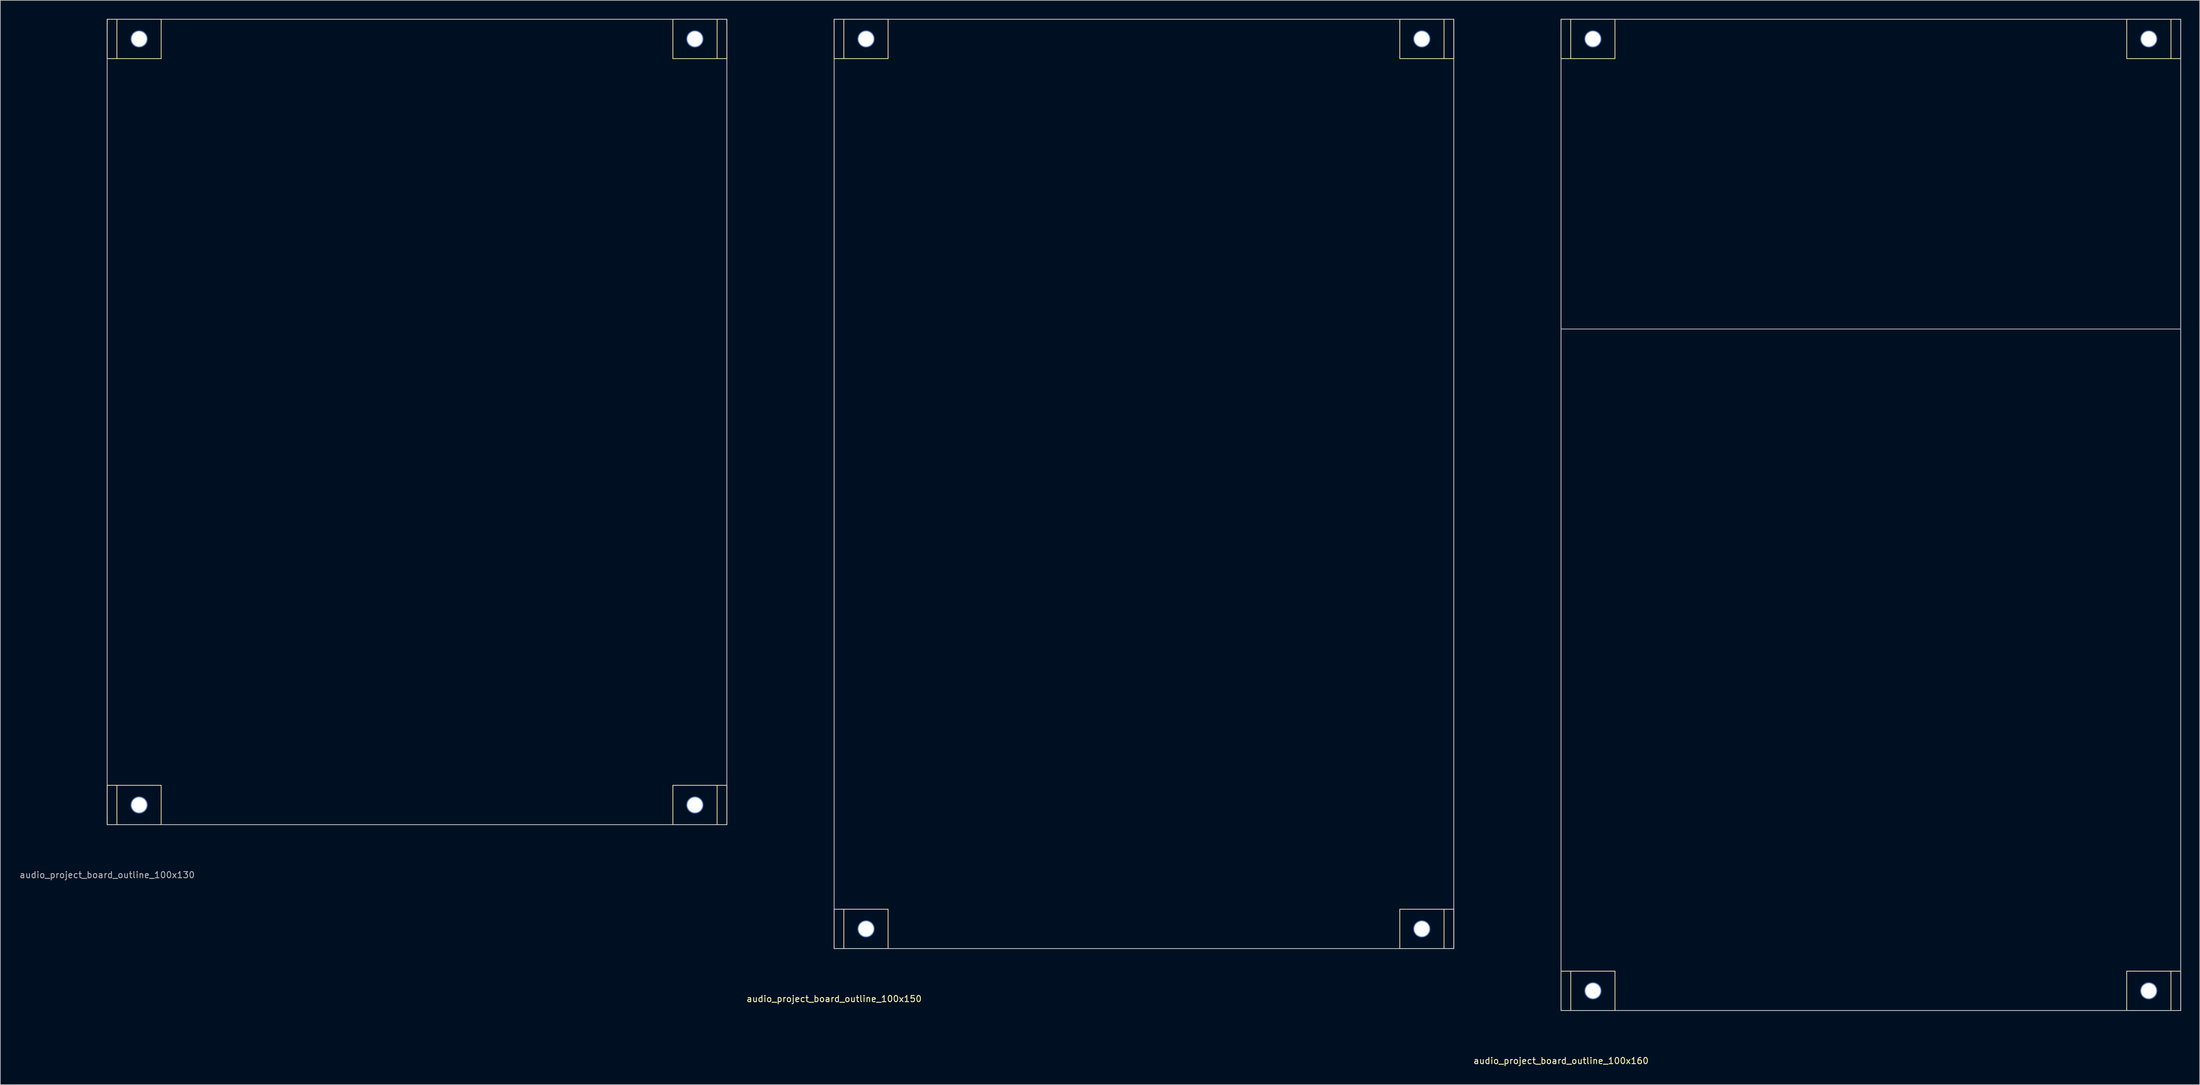
<source format=kicad_pcb>
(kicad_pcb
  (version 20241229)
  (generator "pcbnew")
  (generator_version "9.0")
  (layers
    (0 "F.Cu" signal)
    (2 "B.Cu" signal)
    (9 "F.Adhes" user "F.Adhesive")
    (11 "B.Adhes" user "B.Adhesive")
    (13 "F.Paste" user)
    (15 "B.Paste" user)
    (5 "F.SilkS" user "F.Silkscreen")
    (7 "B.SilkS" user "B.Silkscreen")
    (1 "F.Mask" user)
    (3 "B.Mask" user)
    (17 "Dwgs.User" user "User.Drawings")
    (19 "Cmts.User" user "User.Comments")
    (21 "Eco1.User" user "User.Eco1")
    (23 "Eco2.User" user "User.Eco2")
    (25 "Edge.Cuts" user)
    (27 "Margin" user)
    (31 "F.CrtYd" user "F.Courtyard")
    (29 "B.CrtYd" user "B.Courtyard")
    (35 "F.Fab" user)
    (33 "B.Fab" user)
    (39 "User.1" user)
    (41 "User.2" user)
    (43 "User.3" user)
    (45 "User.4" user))
  (footprint "audio_project_board_outline_100x130"
    (layer "F.Cu")
    (at 14.244 130.06)
    (property "Reference" "audio_project_board_outline_100x130" (at 0 8.12 180) (layer "F.Fab") (effects (font (size 1 1) (thickness 0.15))))
    (attr through_hole exclude_from_bom)
    (fp_line (start 0 -6.35) (end 8.712 -6.35) (stroke (width 0.12) (type solid)) (layer "F.SilkS"))
    (fp_line (start 0 0) (end 0 -6.35) (stroke (width 0.12) (type solid)) (layer "F.SilkS"))
    (fp_line (start 0 0) (end 8.712 0) (stroke (width 0.12) (type solid)) (layer "F.SilkS"))
    (fp_line (start 0.0002 -130) (end 8.712 -130) (stroke (width 0.12) (type solid)) (layer "F.SilkS"))
    (fp_line (start 0.0002 -123.65) (end 0.0002 -130) (stroke (width 0.12) (type solid)) (layer "F.SilkS"))
    (fp_line (start 0.0002 -123.65) (end 8.712 -123.65) (stroke (width 0.12) (type solid)) (layer "F.SilkS"))
    (fp_line (start 1.575 0) (end 1.575 -6.35) (stroke (width 0.12) (type solid)) (layer "F.SilkS"))
    (fp_line (start 1.575 -123.65) (end 1.575 -130) (stroke (width 0.12) (type solid)) (layer "F.SilkS"))
    (fp_line (start 8.712 0) (end 8.712 -6.35) (stroke (width 0.12) (type solid)) (layer "F.SilkS"))
    (fp_line (start 8.712 -123.65) (end 8.712 -130) (stroke (width 0.12) (type solid)) (layer "F.SilkS"))
    (fp_line (start 91.288 -130) (end 91.288 -123.65) (stroke (width 0.12) (type solid)) (layer "F.SilkS"))
    (fp_line (start 91.288 -6.35) (end 91.288 0) (stroke (width 0.12) (type solid)) (layer "F.SilkS"))
    (fp_line (start 98.425 -130) (end 98.425 -123.65) (stroke (width 0.12) (type solid)) (layer "F.SilkS"))
    (fp_line (start 98.425 -6.35) (end 98.425 0) (stroke (width 0.12) (type solid)) (layer "F.SilkS"))
    (fp_line (start 100 -130) (end 91.288 -130) (stroke (width 0.12) (type solid)) (layer "F.SilkS"))
    (fp_line (start 100 -130) (end 100 -123.65) (stroke (width 0.12) (type solid)) (layer "F.SilkS"))
    (fp_line (start 100 -123.65) (end 91.288 -123.65) (stroke (width 0.12) (type solid)) (layer "F.SilkS"))
    (fp_line (start 100 -6.35) (end 91.288 -6.35) (stroke (width 0.12) (type solid)) (layer "F.SilkS"))
    (fp_line (start 100 -6.35) (end 100 0) (stroke (width 0.12) (type solid)) (layer "F.SilkS"))
    (fp_line (start 100 0) (end 91.288 0) (stroke (width 0.12) (type solid)) (layer "F.SilkS"))
    (fp_line (start 0 -130) (end 100 -130) (stroke (width 0.12) (type solid)) (layer "Edge.Cuts"))
    (fp_line (start 0 0) (end 0 -130) (stroke (width 0.12) (type solid)) (layer "Edge.Cuts"))
    (fp_line (start 0 0) (end 100 0) (stroke (width 0.12) (type solid)) (layer "Edge.Cuts"))
    (fp_line (start 100 0) (end 100 -130) (stroke (width 0.12) (type solid)) (layer "Edge.Cuts"))
    (pad "1" thru_hole circle (at 94.844 -126.825) (size 2.75 2.75) (drill 2.45) (layers "*.Cu" "*.Mask"))
    (pad "2" thru_hole circle (at 5.156 -3.175 180) (size 2.75 2.75) (drill 2.45) (layers "*.Cu" "*.Mask"))
    (pad "2" thru_hole circle (at 5.156 -126.825 180) (size 2.75 2.75) (drill 2.45) (layers "*.Cu" "*.Mask"))
    (pad "2" thru_hole circle (at 94.844 -3.175) (size 2.75 2.75) (drill 2.45) (layers "*.Cu" "*.Mask")))
  (footprint "audio_project_board_outline_100x160"
    (layer "F.Cu")
    (at 248.852 160.06)
    (property "Reference" "audio_project_board_outline_100x160" (at 0 8.12 180) (layer "F.SilkS") (effects (font (size 1 1) (thickness 0.15))))
    (attr through_hole)
    (fp_line (start -0.006 -160) (end 8.706 -160) (stroke (width 0.12) (type solid)) (layer "F.SilkS"))
    (fp_line (start -0.006 -153.65) (end -0.006 -160) (stroke (width 0.12) (type solid)) (layer "F.SilkS"))
    (fp_line (start -0.006 -153.65) (end 8.706 -153.65) (stroke (width 0.12) (type solid)) (layer "F.SilkS"))
    (fp_line (start 0 -6.35) (end 8.712 -6.35) (stroke (width 0.12) (type solid)) (layer "F.SilkS"))
    (fp_line (start 0 0) (end 0 -6.35) (stroke (width 0.12) (type solid)) (layer "F.SilkS"))
    (fp_line (start 0 0) (end 8.712 0) (stroke (width 0.12) (type solid)) (layer "F.SilkS"))
    (fp_line (start 1.569 -153.65) (end 1.569 -160) (stroke (width 0.12) (type solid)) (layer "F.SilkS"))
    (fp_line (start 1.575 0) (end 1.575 -6.35) (stroke (width 0.12) (type solid)) (layer "F.SilkS"))
    (fp_line (start 8.706 -153.65) (end 8.706 -160) (stroke (width 0.12) (type solid)) (layer "F.SilkS"))
    (fp_line (start 8.712 0) (end 8.712 -6.35) (stroke (width 0.12) (type solid)) (layer "F.SilkS"))
    (fp_line (start 91.288 -6.35) (end 91.288 0) (stroke (width 0.12) (type solid)) (layer "F.SilkS"))
    (fp_line (start 91.294 -160) (end 91.294 -153.65) (stroke (width 0.12) (type solid)) (layer "F.SilkS"))
    (fp_line (start 98.425 -6.35) (end 98.425 0) (stroke (width 0.12) (type solid)) (layer "F.SilkS"))
    (fp_line (start 98.431 -160) (end 98.431 -153.65) (stroke (width 0.12) (type solid)) (layer "F.SilkS"))
    (fp_line (start 100 -6.35) (end 91.288 -6.35) (stroke (width 0.12) (type solid)) (layer "F.SilkS"))
    (fp_line (start 100 -6.35) (end 100 0) (stroke (width 0.12) (type solid)) (layer "F.SilkS"))
    (fp_line (start 100 0) (end 91.288 0) (stroke (width 0.12) (type solid)) (layer "F.SilkS"))
    (fp_line (start 100.006 -160) (end 91.294 -160) (stroke (width 0.12) (type solid)) (layer "F.SilkS"))
    (fp_line (start 100.006 -160) (end 100.006 -153.65) (stroke (width 0.12) (type solid)) (layer "F.SilkS"))
    (fp_line (start 100.006 -153.65) (end 91.294 -153.65) (stroke (width 0.12) (type solid)) (layer "F.SilkS"))
    (fp_line (start 0 -110) (end 100 -110) (stroke (width 0.12) (type solid)) (layer "Dwgs.User"))
    (fp_line (start 0 -160) (end 100 -160) (stroke (width 0.12) (type solid)) (layer "Edge.Cuts"))
    (fp_line (start 0 0) (end 0 -160) (stroke (width 0.12) (type solid)) (layer "Edge.Cuts"))
    (fp_line (start 0 0) (end 100 0) (stroke (width 0.12) (type solid)) (layer "Edge.Cuts"))
    (fp_line (start 100 0) (end 100 -160) (stroke (width 0.12) (type solid)) (layer "Edge.Cuts"))
    (pad "1" thru_hole circle (at 5.15 -156.825 180) (size 2.75 2.75) (drill 2.45) (layers "*.Cu" "*.Mask"))
    (pad "1" thru_hole circle (at 5.156 -3.175 180) (size 2.75 2.75) (drill 2.45) (layers "*.Cu" "*.Mask"))
    (pad "1" thru_hole circle (at 94.844 -3.175) (size 2.75 2.75) (drill 2.45) (layers "*.Cu" "*.Mask"))
    (pad "1" thru_hole circle (at 94.85 -156.825) (size 2.75 2.75) (drill 2.45) (layers "*.Cu" "*.Mask")))
  (footprint "audio_project_board_outline_100x150"
    (layer "F.Cu")
    (at 131.548 150.06)
    (property "Reference" "audio_project_board_outline_100x150" (at 0 8.12 180) (layer "F.SilkS") (effects (font (size 1 1) (thickness 0.15))))
    (attr through_hole)
    (fp_line (start 0 -6.35) (end 8.712 -6.35) (stroke (width 0.12) (type solid)) (layer "F.SilkS"))
    (fp_line (start 0 0) (end 0 -6.35) (stroke (width 0.12) (type solid)) (layer "F.SilkS"))
    (fp_line (start 0 0) (end 8.712 0) (stroke (width 0.12) (type solid)) (layer "F.SilkS"))
    (fp_line (start 0.0002 -150) (end 8.712 -150) (stroke (width 0.12) (type solid)) (layer "F.SilkS"))
    (fp_line (start 0.0002 -143.65) (end 0.0002 -150) (stroke (width 0.12) (type solid)) (layer "F.SilkS"))
    (fp_line (start 0.0002 -143.65) (end 8.712 -143.65) (stroke (width 0.12) (type solid)) (layer "F.SilkS"))
    (fp_line (start 1.575 0) (end 1.575 -6.35) (stroke (width 0.12) (type solid)) (layer "F.SilkS"))
    (fp_line (start 1.575 -143.65) (end 1.575 -150) (stroke (width 0.12) (type solid)) (layer "F.SilkS"))
    (fp_line (start 8.712 0) (end 8.712 -6.35) (stroke (width 0.12) (type solid)) (layer "F.SilkS"))
    (fp_line (start 8.712 -143.65) (end 8.712 -150) (stroke (width 0.12) (type solid)) (layer "F.SilkS"))
    (fp_line (start 91.288 -150) (end 91.288 -143.65) (stroke (width 0.12) (type solid)) (layer "F.SilkS"))
    (fp_line (start 91.288 -6.35) (end 91.288 0) (stroke (width 0.12) (type solid)) (layer "F.SilkS"))
    (fp_line (start 98.425 -150) (end 98.425 -143.65) (stroke (width 0.12) (type solid)) (layer "F.SilkS"))
    (fp_line (start 98.425 -6.35) (end 98.425 0) (stroke (width 0.12) (type solid)) (layer "F.SilkS"))
    (fp_line (start 100 -150) (end 91.288 -150) (stroke (width 0.12) (type solid)) (layer "F.SilkS"))
    (fp_line (start 100 -150) (end 100 -143.65) (stroke (width 0.12) (type solid)) (layer "F.SilkS"))
    (fp_line (start 100 -143.65) (end 91.288 -143.65) (stroke (width 0.12) (type solid)) (layer "F.SilkS"))
    (fp_line (start 100 -6.35) (end 91.288 -6.35) (stroke (width 0.12) (type solid)) (layer "F.SilkS"))
    (fp_line (start 100 -6.35) (end 100 0) (stroke (width 0.12) (type solid)) (layer "F.SilkS"))
    (fp_line (start 100 0) (end 91.288 0) (stroke (width 0.12) (type solid)) (layer "F.SilkS"))
    (fp_line (start 0 -150) (end 100 -150) (stroke (width 0.12) (type solid)) (layer "Edge.Cuts"))
    (fp_line (start 0 0) (end 0 -150) (stroke (width 0.12) (type solid)) (layer "Edge.Cuts"))
    (fp_line (start 0 0) (end 100 0) (stroke (width 0.12) (type solid)) (layer "Edge.Cuts"))
    (fp_line (start 100 0) (end 100 -150) (stroke (width 0.12) (type solid)) (layer "Edge.Cuts"))
    (pad "1" thru_hole circle (at 5.156 -3.175 180) (size 2.75 2.75) (drill 2.45) (layers "*.Cu" "*.Mask"))
    (pad "1" thru_hole circle (at 5.156 -146.825 180) (size 2.75 2.75) (drill 2.45) (layers "*.Cu" "*.Mask"))
    (pad "1" thru_hole circle (at 94.844 -146.825) (size 2.75 2.75) (drill 2.45) (layers "*.Cu" "*.Mask"))
    (pad "1" thru_hole circle (at 94.844 -3.175) (size 2.75 2.75) (drill 2.45) (layers "*.Cu" "*.Mask")))
  (gr_rect
    (start -3 -3)
    (end 351.918 172.028)
    (stroke (width 0.1) (type default))
    (fill no)
    (layer "Edge.Cuts")))
</source>
